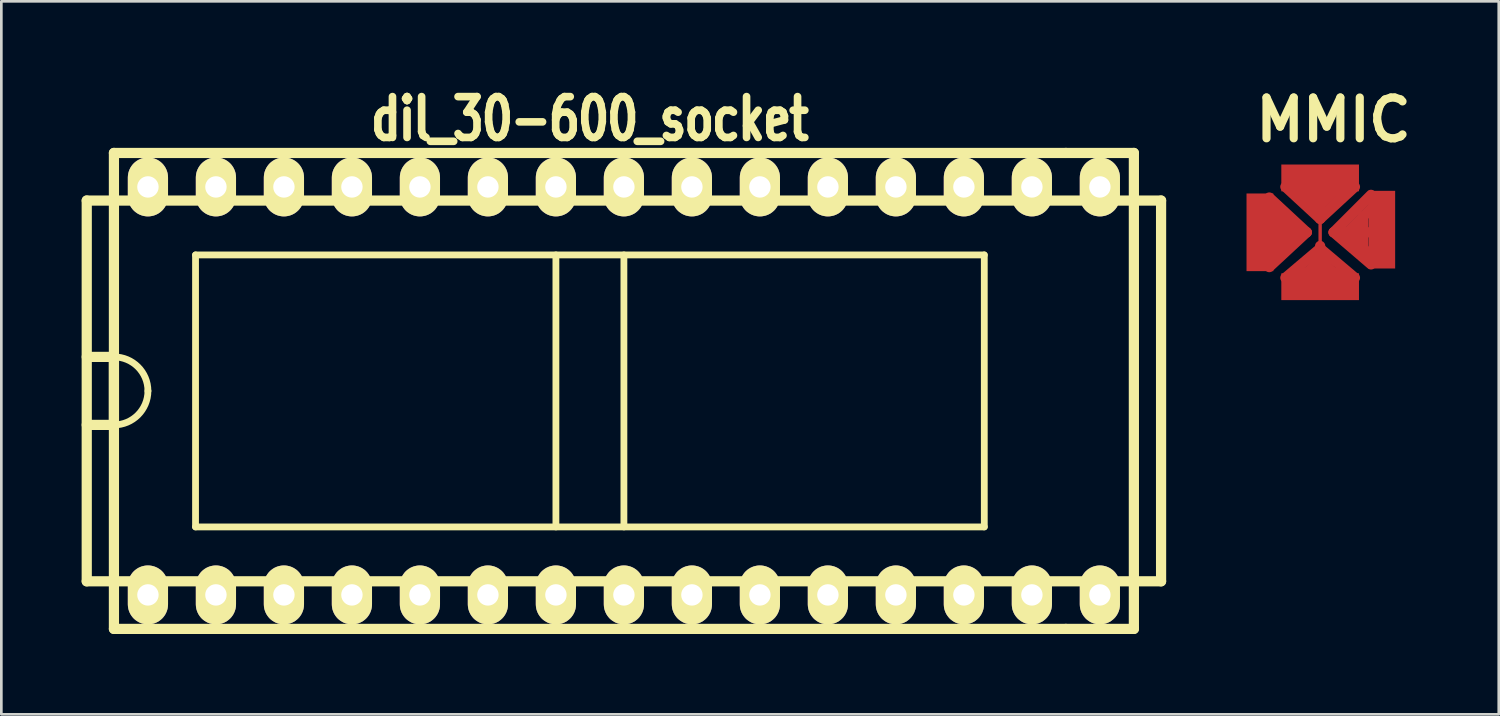
<source format=kicad_pcb>
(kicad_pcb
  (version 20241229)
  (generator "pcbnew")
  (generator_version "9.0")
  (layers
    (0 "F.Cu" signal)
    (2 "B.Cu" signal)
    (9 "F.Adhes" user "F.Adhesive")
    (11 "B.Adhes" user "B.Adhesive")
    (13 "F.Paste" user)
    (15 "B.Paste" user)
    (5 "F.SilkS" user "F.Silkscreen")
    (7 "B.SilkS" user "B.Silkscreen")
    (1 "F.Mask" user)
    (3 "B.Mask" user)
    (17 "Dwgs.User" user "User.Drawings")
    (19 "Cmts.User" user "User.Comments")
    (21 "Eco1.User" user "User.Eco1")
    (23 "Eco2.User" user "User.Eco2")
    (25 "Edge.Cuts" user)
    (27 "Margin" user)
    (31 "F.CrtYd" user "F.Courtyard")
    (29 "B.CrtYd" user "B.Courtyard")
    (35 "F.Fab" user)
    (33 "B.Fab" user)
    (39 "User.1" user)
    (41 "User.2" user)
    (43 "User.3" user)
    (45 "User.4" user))
  (footprint "MMIC"
    (layer "F.Cu")
    (at 46.264 5.628)
    (property "Reference" "MMIC" (at 0.5 -4.201 0) (layer "F.SilkS") (effects (font (size 1.524 1.524) (thickness 0.305))))
    (attr through_hole)
    (fp_line (start -2.032 1.016) (end -2.032 -1.016) (stroke (width 0.381) (type solid)) (layer "F.Cu"))
    (fp_line (start -1.6 -1.001) (end -1.6 0.899) (stroke (width 0.381) (type solid)) (layer "F.Cu"))
    (fp_line (start -1.199 -0.5) (end -1.199 0.5) (stroke (width 0.508) (type solid)) (layer "F.Cu"))
    (fp_line (start -1.016 -1.524) (end 1.016 -1.524) (stroke (width 0.381) (type solid)) (layer "F.Cu"))
    (fp_line (start -0.899 -1.6) (end 0 -0.701) (stroke (width 0.127) (type solid)) (layer "F.Cu"))
    (fp_line (start -0.899 1.501) (end 0.8 1.501) (stroke (width 0.381) (type solid)) (layer "F.Cu"))
    (fp_line (start -0.5 0) (end -2.101 0) (stroke (width 0.381) (type solid)) (layer "F.Cu"))
    (fp_line (start -0.5 0) (end -1.9 -1.3) (stroke (width 0.381) (type solid)) (layer "F.Cu"))
    (fp_line (start -0.5 0) (end -1.9 1.3) (stroke (width 0.381) (type solid)) (layer "F.Cu"))
    (fp_line (start 0 -1.016) (end -1.016 -2.032) (stroke (width 0.381) (type solid)) (layer "F.Cu"))
    (fp_line (start 0 -1.016) (end 1.016 -2.032) (stroke (width 0.381) (type solid)) (layer "F.Cu"))
    (fp_line (start 0 -0.701) (end 0.701 -1.4) (stroke (width 0.127) (type solid)) (layer "F.Cu"))
    (fp_line (start 0 -0.508) (end 0 -2.032) (stroke (width 0.381) (type solid)) (layer "F.Cu"))
    (fp_line (start 0 -0.5) (end -1.3 -1.699) (stroke (width 0.381) (type solid)) (layer "F.Cu"))
    (fp_line (start 0 -0.5) (end 0 0.5) (stroke (width 0.127) (type solid)) (layer "F.Cu"))
    (fp_line (start 0 -0.5) (end 1.3 -1.699) (stroke (width 0.381) (type solid)) (layer "F.Cu"))
    (fp_line (start 0 0.508) (end 0 2.032) (stroke (width 0.381) (type solid)) (layer "F.Cu"))
    (fp_line (start 0 0.599) (end -1.3 1.699) (stroke (width 0.381) (type solid)) (layer "F.Cu"))
    (fp_line (start 0 0.599) (end 1.3 1.699) (stroke (width 0.381) (type solid)) (layer "F.Cu"))
    (fp_line (start 0 1.016) (end -1.016 2.032) (stroke (width 0.381) (type solid)) (layer "F.Cu"))
    (fp_line (start 0 1.016) (end 1.016 2.032) (stroke (width 0.381) (type solid)) (layer "F.Cu"))
    (fp_line (start 0.5 0) (end 1.9 -1.4) (stroke (width 0.381) (type solid)) (layer "F.Cu"))
    (fp_line (start 0.5 0) (end 1.9 1.199) (stroke (width 0.381) (type solid)) (layer "F.Cu"))
    (fp_line (start 1.016 0) (end 0.508 0) (stroke (width 0.381) (type solid)) (layer "F.Cu"))
    (fp_line (start 1.016 0) (end 2.032 -1.016) (stroke (width 0.381) (type solid)) (layer "F.Cu"))
    (fp_line (start 1.016 0) (end 2.032 0) (stroke (width 0.381) (type solid)) (layer "F.Cu"))
    (fp_line (start 1.016 0) (end 2.032 1.016) (stroke (width 0.381) (type solid)) (layer "F.Cu"))
    (fp_line (start 1.6 0.599) (end 1.6 -0.599) (stroke (width 0.381) (type solid)) (layer "F.Cu"))
    (pad "1" smd rect (at -2.25 0) (size 1.001 2.901) (layers "F.Cu" "F.Mask" "F.Paste"))
    (pad "2" smd rect (at 0 2.032) (size 2.901 1.001) (layers "F.Cu" "F.Mask" "F.Paste"))
    (pad "3" smd rect (at 2.301 -0.099) (size 1.001 2.901) (layers "F.Cu" "F.Mask" "F.Paste"))
    (pad "4" smd rect (at 0 -2.032) (size 2.901 1.001) (layers "F.Cu" "F.Mask" "F.Paste")))
  (footprint "dil_30-600_socket"
    (layer "F.Cu")
    (at 18.986 11.553)
    (property "Reference" "dil_30-600_socket" (at 0 -10.16 0) (layer "F.SilkS") (effects (font (size 1.524 1.143) (thickness 0.287))))
    (attr through_hole)
    (fp_line (start -18.796 -7.112) (end -18.796 7.112) (stroke (width 0.381) (type solid)) (layer "F.SilkS"))
    (fp_line (start -17.78 -8.89) (end 17.78 -8.89) (stroke (width 0.381) (type solid)) (layer "F.SilkS"))
    (fp_line (start -17.78 -1.27) (end -18.796 -1.27) (stroke (width 0.381) (type solid)) (layer "F.SilkS"))
    (fp_line (start -17.78 -1.27) (end -17.78 1.27) (stroke (width 0.381) (type solid)) (layer "F.SilkS"))
    (fp_line (start -17.78 1.27) (end -18.796 1.27) (stroke (width 0.381) (type solid)) (layer "F.SilkS"))
    (fp_line (start -17.78 8.89) (end -17.78 -8.89) (stroke (width 0.381) (type solid)) (layer "F.SilkS"))
    (fp_line (start -17.78 8.89) (end 17.78 8.89) (stroke (width 0.381) (type solid)) (layer "F.SilkS"))
    (fp_line (start -14.732 -5.08) (end -14.732 5.08) (stroke (width 0.254) (type solid)) (layer "F.SilkS"))
    (fp_line (start -14.732 5.08) (end 14.732 5.08) (stroke (width 0.254) (type solid)) (layer "F.SilkS"))
    (fp_line (start -1.27 -5.08) (end -1.27 5.08) (stroke (width 0.254) (type solid)) (layer "F.SilkS"))
    (fp_line (start 1.27 5.08) (end 1.27 -5.08) (stroke (width 0.254) (type solid)) (layer "F.SilkS"))
    (fp_line (start 14.732 -5.08) (end -14.732 -5.08) (stroke (width 0.254) (type solid)) (layer "F.SilkS"))
    (fp_line (start 14.732 -5.08) (end 14.732 5.08) (stroke (width 0.254) (type solid)) (layer "F.SilkS"))
    (fp_line (start 17.78 -8.89) (end 20.32 -8.89) (stroke (width 0.381) (type solid)) (layer "F.SilkS"))
    (fp_line (start 17.78 8.89) (end 20.32 8.89) (stroke (width 0.381) (type solid)) (layer "F.SilkS"))
    (fp_line (start 18.796 -7.112) (end -18.796 -7.112) (stroke (width 0.381) (type solid)) (layer "F.SilkS"))
    (fp_line (start 18.796 -7.112) (end 21.336 -7.112) (stroke (width 0.381) (type solid)) (layer "F.SilkS"))
    (fp_line (start 18.796 7.112) (end -18.796 7.112) (stroke (width 0.381) (type solid)) (layer "F.SilkS"))
    (fp_line (start 18.796 7.112) (end 21.336 7.112) (stroke (width 0.381) (type solid)) (layer "F.SilkS"))
    (fp_line (start 20.32 -8.89) (end 20.32 8.89) (stroke (width 0.381) (type solid)) (layer "F.SilkS"))
    (fp_line (start 21.336 7.112) (end 21.336 -7.112) (stroke (width 0.381) (type solid)) (layer "F.SilkS"))
    (fp_arc (start -17.78 -1.27) (mid -16.881974 -0.898026) (end -16.51 0) (stroke (width 0.254) (type solid)) (layer "F.SilkS"))
    (fp_arc (start -16.51 0) (mid -16.881974 0.898026) (end -17.78 1.27) (stroke (width 0.254) (type solid)) (layer "F.SilkS"))
    (pad "1" thru_hole oval (at -16.51 7.62) (size 1.501 2.2) (drill 0.8) (layers "*.Cu" "*.Mask" "F.SilkS"))
    (pad "2" thru_hole oval (at -13.97 7.62) (size 1.501 2.2) (drill 0.8) (layers "*.Cu" "*.Mask" "F.SilkS"))
    (pad "3" thru_hole oval (at -11.43 7.62) (size 1.501 2.2) (drill 0.8) (layers "*.Cu" "*.Mask" "F.SilkS"))
    (pad "4" thru_hole oval (at -8.89 7.62) (size 1.501 2.2) (drill 0.8) (layers "*.Cu" "*.Mask" "F.SilkS"))
    (pad "5" thru_hole oval (at -6.35 7.62) (size 1.501 2.2) (drill 0.8) (layers "*.Cu" "*.Mask" "F.SilkS"))
    (pad "6" thru_hole oval (at -3.81 7.62) (size 1.501 2.2) (drill 0.8) (layers "*.Cu" "*.Mask" "F.SilkS"))
    (pad "7" thru_hole oval (at -1.27 7.62) (size 1.501 2.2) (drill 0.8) (layers "*.Cu" "*.Mask" "F.SilkS"))
    (pad "8" thru_hole oval (at 1.27 7.62) (size 1.501 2.2) (drill 0.8) (layers "*.Cu" "*.Mask" "F.SilkS"))
    (pad "9" thru_hole oval (at 3.81 7.62) (size 1.501 2.2) (drill 0.8) (layers "*.Cu" "*.Mask" "F.SilkS"))
    (pad "10" thru_hole oval (at 6.35 7.62) (size 1.501 2.2) (drill 0.8) (layers "*.Cu" "*.Mask" "F.SilkS"))
    (pad "11" thru_hole oval (at 8.89 7.62) (size 1.501 2.2) (drill 0.8) (layers "*.Cu" "*.Mask" "F.SilkS"))
    (pad "12" thru_hole oval (at 11.43 7.62) (size 1.501 2.2) (drill 0.8) (layers "*.Cu" "*.Mask" "F.SilkS"))
    (pad "13" thru_hole oval (at 13.97 7.62) (size 1.501 2.2) (drill 0.8) (layers "*.Cu" "*.Mask" "F.SilkS"))
    (pad "14" thru_hole oval (at 16.51 7.62) (size 1.501 2.2) (drill 0.8) (layers "*.Cu" "*.Mask" "F.SilkS"))
    (pad "15" thru_hole oval (at 19.05 7.62) (size 1.501 2.2) (drill 0.8) (layers "*.Cu" "*.Mask" "F.SilkS"))
    (pad "16" thru_hole oval (at 19.05 -7.62) (size 1.501 2.2) (drill 0.8) (layers "*.Cu" "*.Mask" "F.SilkS"))
    (pad "17" thru_hole oval (at 16.51 -7.62) (size 1.501 2.2) (drill 0.8) (layers "*.Cu" "*.Mask" "F.SilkS"))
    (pad "18" thru_hole oval (at 13.97 -7.62) (size 1.501 2.2) (drill 0.8) (layers "*.Cu" "*.Mask" "F.SilkS"))
    (pad "19" thru_hole oval (at 11.43 -7.62) (size 1.501 2.2) (drill 0.8) (layers "*.Cu" "*.Mask" "F.SilkS"))
    (pad "20" thru_hole oval (at 8.89 -7.62) (size 1.501 2.2) (drill 0.8) (layers "*.Cu" "*.Mask" "F.SilkS"))
    (pad "21" thru_hole oval (at 6.35 -7.62) (size 1.501 2.2) (drill 0.8) (layers "*.Cu" "*.Mask" "F.SilkS"))
    (pad "22" thru_hole oval (at 3.81 -7.62) (size 1.501 2.2) (drill 0.8) (layers "*.Cu" "*.Mask" "F.SilkS"))
    (pad "23" thru_hole oval (at 1.27 -7.62) (size 1.501 2.2) (drill 0.8) (layers "*.Cu" "*.Mask" "F.SilkS"))
    (pad "24" thru_hole oval (at -1.27 -7.62) (size 1.501 2.2) (drill 0.8) (layers "*.Cu" "*.Mask" "F.SilkS"))
    (pad "25" thru_hole oval (at -3.81 -7.62) (size 1.501 2.2) (drill 0.8) (layers "*.Cu" "*.Mask" "F.SilkS"))
    (pad "26" thru_hole oval (at -6.35 -7.62) (size 1.501 2.2) (drill 0.8) (layers "*.Cu" "*.Mask" "F.SilkS"))
    (pad "27" thru_hole oval (at -8.89 -7.62) (size 1.501 2.2) (drill 0.8) (layers "*.Cu" "*.Mask" "F.SilkS"))
    (pad "28" thru_hole oval (at -11.43 -7.62) (size 1.501 2.2) (drill 0.8) (layers "*.Cu" "*.Mask" "F.SilkS"))
    (pad "29" thru_hole oval (at -13.97 -7.62) (size 1.501 2.2) (drill 0.8) (layers "*.Cu" "*.Mask" "F.SilkS"))
    (pad "30" thru_hole oval (at -16.51 -7.62) (size 1.501 2.2) (drill 0.8) (layers "*.Cu" "*.Mask" "F.SilkS")))
  (gr_rect
    (start -3 -3)
    (end 52.936 23.634)
    (stroke (width 0.1) (type default))
    (fill no)
    (layer "Edge.Cuts")))
</source>
